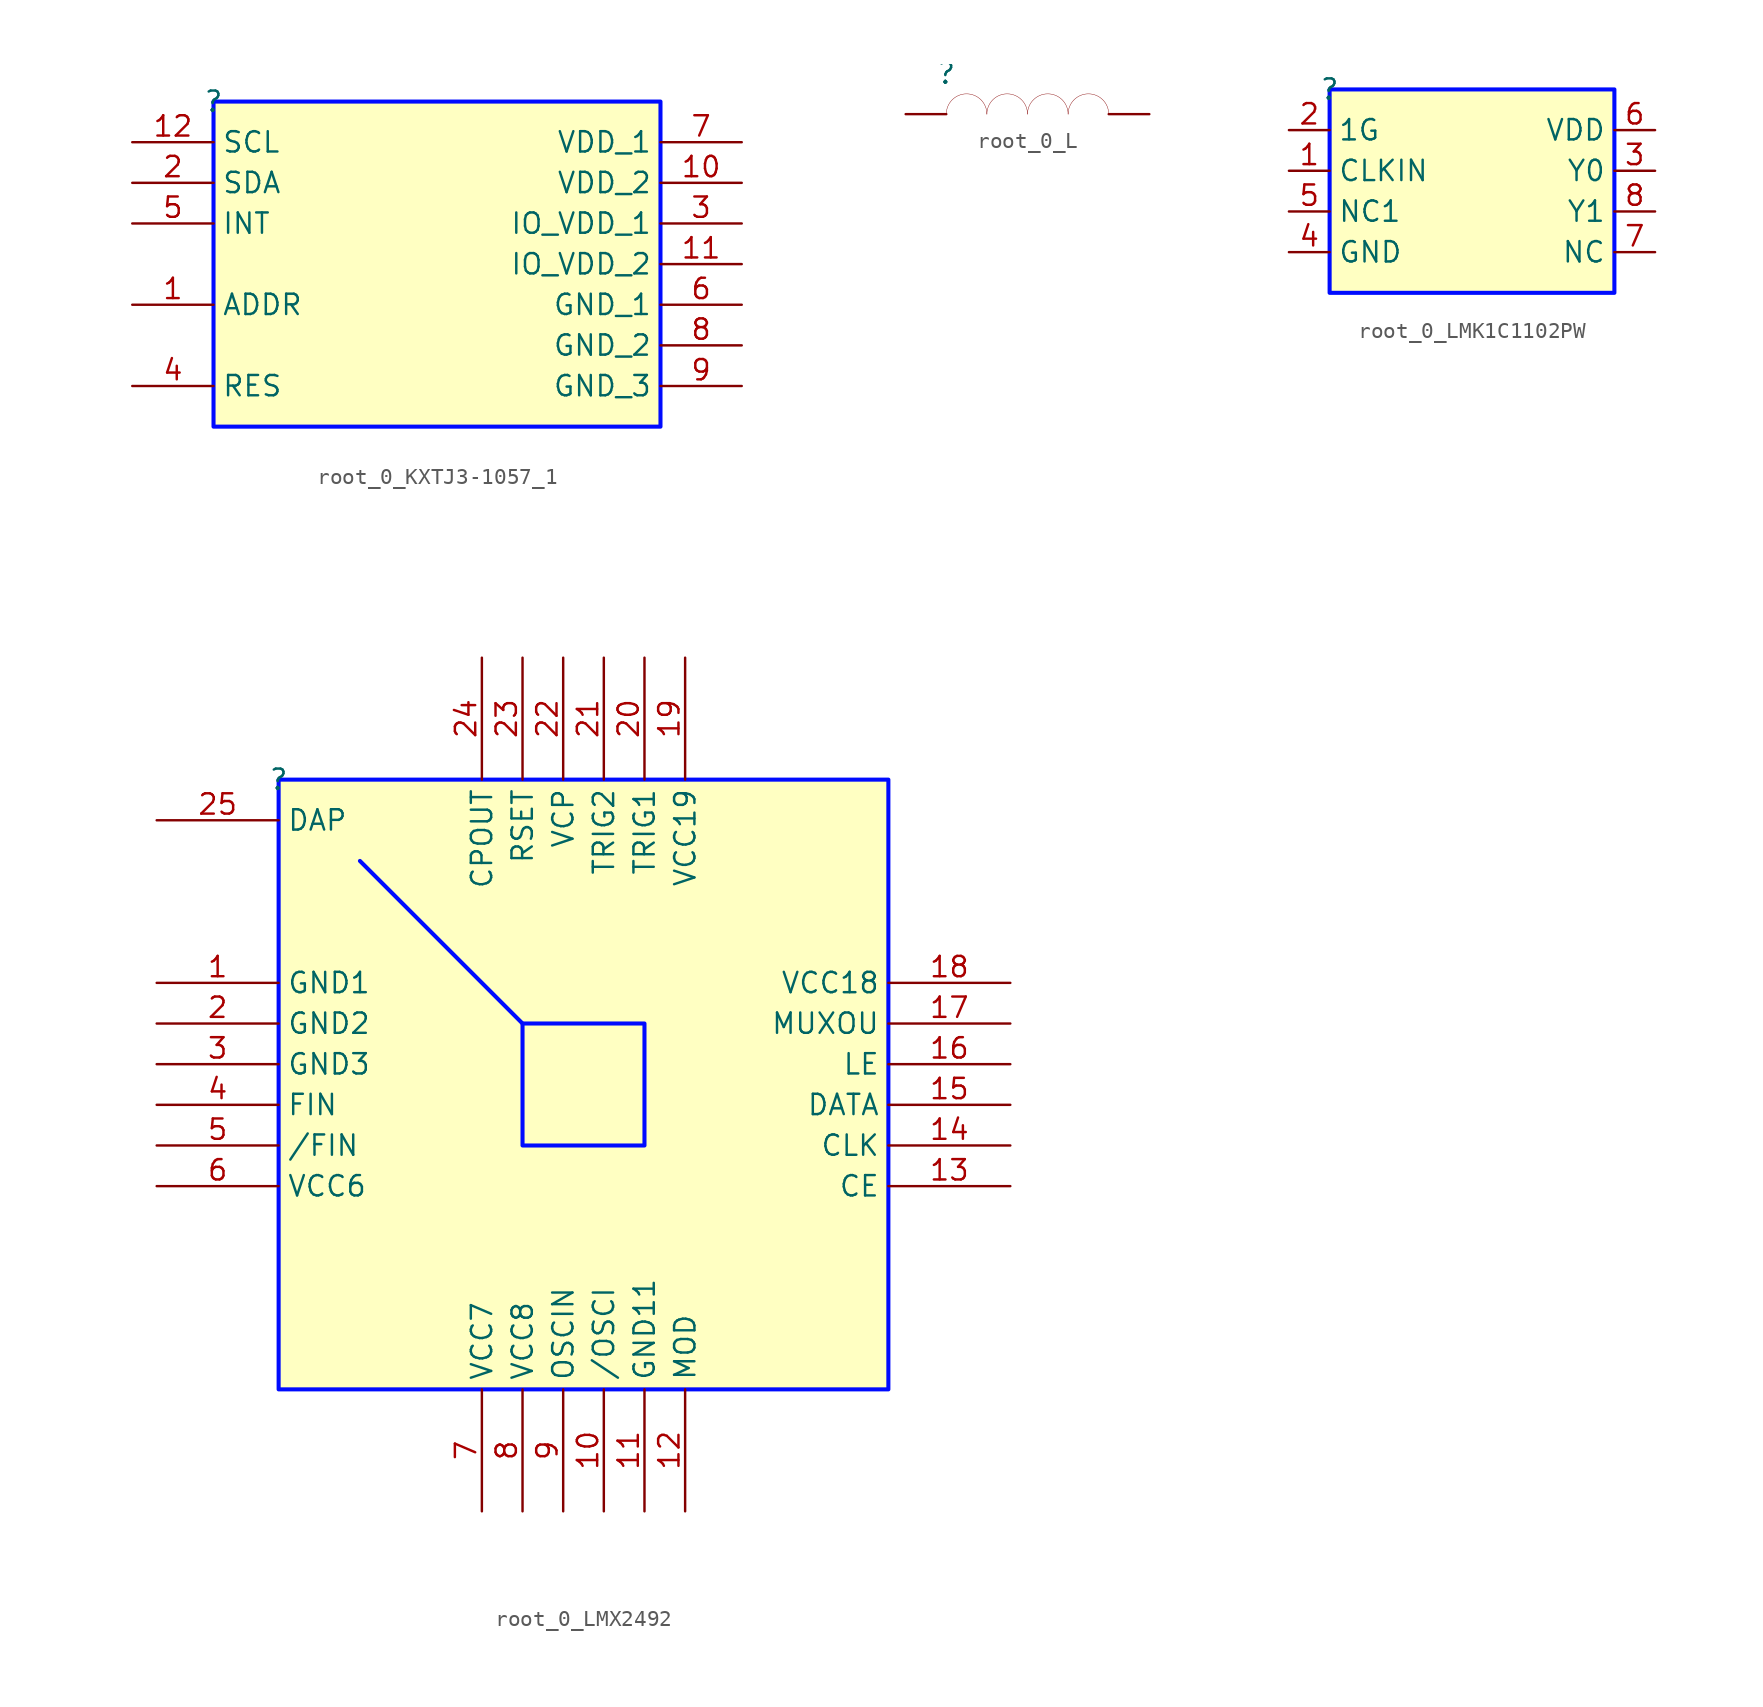
<source format=kicad_sym>
(kicad_symbol_lib
  (version 20231120)
  (generator "kicad_symbol_editor")
  (generator_version "8.0")
  (symbol "root_0_KXTJ3-1057_1"
    (property "Reference" ""
      (at 0 0 0)
      (effects (font (size 1.27 1.27))))
    (property "Value" ""
      (at 0 0 0)
      (effects (font (size 1.27 1.27))))
    (symbol "root_0_KXTJ3-1057_1_1_0"
      (rectangle (start 27.94 0) (end 0 -20.32) (stroke (width 0.254) (type solid) (color 0 11 255 1)) (fill (type background)))
      (pin passive line (at -5.08 -12.7 0) (length 5.08) (name "ADDR" (effects (font (size 1.27 1.27)))) (number "1" (effects (font (size 1.27 1.27)))))
      (pin passive line (at 33.02 -5.08 180) (length 5.08) (name "VDD_2" (effects (font (size 1.27 1.27)))) (number "10" (effects (font (size 1.27 1.27)))))
      (pin passive line (at 33.02 -10.16 180) (length 5.08) (name "IO_VDD_2" (effects (font (size 1.27 1.27)))) (number "11" (effects (font (size 1.27 1.27)))))
      (pin passive line (at -5.08 -2.54 0) (length 5.08) (name "SCL" (effects (font (size 1.27 1.27)))) (number "12" (effects (font (size 1.27 1.27)))))
      (pin passive line (at -5.08 -5.08 0) (length 5.08) (name "SDA" (effects (font (size 1.27 1.27)))) (number "2" (effects (font (size 1.27 1.27)))))
      (pin passive line (at 33.02 -7.62 180) (length 5.08) (name "IO_VDD_1" (effects (font (size 1.27 1.27)))) (number "3" (effects (font (size 1.27 1.27)))))
      (pin passive line (at -5.08 -17.78 0) (length 5.08) (name "RES" (effects (font (size 1.27 1.27)))) (number "4" (effects (font (size 1.27 1.27)))))
      (pin passive line (at -5.08 -7.62 0) (length 5.08) (name "INT" (effects (font (size 1.27 1.27)))) (number "5" (effects (font (size 1.27 1.27)))))
      (pin passive line (at 33.02 -12.7 180) (length 5.08) (name "GND_1" (effects (font (size 1.27 1.27)))) (number "6" (effects (font (size 1.27 1.27)))))
      (pin passive line (at 33.02 -2.54 180) (length 5.08) (name "VDD_1" (effects (font (size 1.27 1.27)))) (number "7" (effects (font (size 1.27 1.27)))))
      (pin passive line (at 33.02 -15.24 180) (length 5.08) (name "GND_2" (effects (font (size 1.27 1.27)))) (number "8" (effects (font (size 1.27 1.27)))))
      (pin passive line (at 33.02 -17.78 180) (length 5.08) (name "GND_3" (effects (font (size 1.27 1.27)))) (number "9" (effects (font (size 1.27 1.27)))))))
  (symbol "root_0_L"
    (property "Reference" ""
      (at 0 0 0)
      (effects (font (size 1.27 1.27))))
    (property "Value" ""
      (at 0 0 0)
      (effects (font (size 1.27 1.27))))
    (symbol "root_0_L_1_0"
      (arc (start 2.54 -2.54) (mid 1.27 -1.27) (end 0 -2.54) (stroke (width 0.0254) (type solid)) (fill (type none)))
      (arc (start 5.08 -2.54) (mid 3.81 -1.27) (end 2.54 -2.54) (stroke (width 0.0254) (type solid)) (fill (type none)))
      (arc (start 7.62 -2.54) (mid 6.35 -1.27) (end 5.08 -2.54) (stroke (width 0.0254) (type solid)) (fill (type none)))
      (arc (start 10.16 -2.54) (mid 8.89 -1.27) (end 7.62 -2.54) (stroke (width 0.0254) (type solid)) (fill (type none)))
      (pin passive line (at -2.54 -2.54 0) (length 2.54) (name "1" (effects (font (size 0 0)))) (number "1" (effects (font (size 0 0)))))
      (pin passive line (at 12.7 -2.54 180) (length 2.54) (name "2" (effects (font (size 0 0)))) (number "2" (effects (font (size 0 0)))))))
  (symbol "root_0_LMK1C1102PW"
    (property "Reference" ""
      (at 0 0 0)
      (effects (font (size 1.27 1.27))))
    (property "Value" ""
      (at 0 0 0)
      (effects (font (size 1.27 1.27))))
    (symbol "root_0_LMK1C1102PW_1_0"
      (rectangle (start 17.78 0) (end 0 -12.7) (stroke (width 0.254) (type solid) (color 0 11 255 1)) (fill (type background)))
      (pin input line (at -2.54 -5.08 0) (length 2.54) (name "CLKIN" (effects (font (size 1.27 1.27)))) (number "1" (effects (font (size 1.27 1.27)))))
      (pin input line (at -2.54 -2.54 0) (length 2.54) (name "1G" (effects (font (size 1.27 1.27)))) (number "2" (effects (font (size 1.27 1.27)))))
      (pin output line (at 20.32 -5.08 180) (length 2.54) (name "Y0" (effects (font (size 1.27 1.27)))) (number "3" (effects (font (size 1.27 1.27)))))
      (pin power_in line (at -2.54 -10.16 0) (length 2.54) (name "GND" (effects (font (size 1.27 1.27)))) (number "4" (effects (font (size 1.27 1.27)))))
      (pin passive line (at -2.54 -7.62 0) (length 2.54) (name "NC1" (effects (font (size 1.27 1.27)))) (number "5" (effects (font (size 1.27 1.27)))))
      (pin power_in line (at 20.32 -2.54 180) (length 2.54) (name "VDD" (effects (font (size 1.27 1.27)))) (number "6" (effects (font (size 1.27 1.27)))))
      (pin passive line (at 20.32 -10.16 180) (length 2.54) (name "NC" (effects (font (size 1.27 1.27)))) (number "7" (effects (font (size 1.27 1.27)))))
      (pin output line (at 20.32 -7.62 180) (length 2.54) (name "Y1" (effects (font (size 1.27 1.27)))) (number "8" (effects (font (size 1.27 1.27)))))))
  (symbol "root_0_LMX2492"
    (property "Reference" ""
      (at 0 0 0)
      (effects (font (size 1.27 1.27))))
    (property "Value" ""
      (at 0 0 0)
      (effects (font (size 1.27 1.27))))
    (symbol "root_0_LMX2492_1_0"
      (polyline (pts (xy 15.24 -15.24) (xy 5.08 -5.08)) (stroke (width 0.254) (type solid) (color 0 11 255 1)) (fill (type none)))
      (rectangle (start 22.86 -15.24) (end 15.24 -22.86) (stroke (width 0.254) (type solid) (color 0 11 255 1)) (fill (type background)))
      (rectangle (start 38.1 0) (end 0 -38.1) (stroke (width 0.254) (type solid) (color 0 11 255 1)) (fill (type background)))
      (pin passive line (at -7.62 -12.7 0) (length 7.62) (name "GND1" (effects (font (size 1.27 1.27)))) (number "1" (effects (font (size 1.27 1.27)))))
      (pin input line (at 20.32 -45.72 90) (length 7.62) (name "/OSCI" (effects (font (size 1.27 1.27)))) (number "10" (effects (font (size 1.27 1.27)))))
      (pin passive line (at 22.86 -45.72 90) (length 7.62) (name "GND11" (effects (font (size 1.27 1.27)))) (number "11" (effects (font (size 1.27 1.27)))))
      (pin bidirectional line (at 25.4 -45.72 90) (length 7.62) (name "MOD" (effects (font (size 1.27 1.27)))) (number "12" (effects (font (size 1.27 1.27)))))
      (pin input line (at 45.72 -25.4 180) (length 7.62) (name "CE" (effects (font (size 1.27 1.27)))) (number "13" (effects (font (size 1.27 1.27)))))
      (pin input line (at 45.72 -22.86 180) (length 7.62) (name "CLK" (effects (font (size 1.27 1.27)))) (number "14" (effects (font (size 1.27 1.27)))))
      (pin input line (at 45.72 -20.32 180) (length 7.62) (name "DATA" (effects (font (size 1.27 1.27)))) (number "15" (effects (font (size 1.27 1.27)))))
      (pin input line (at 45.72 -17.78 180) (length 7.62) (name "LE" (effects (font (size 1.27 1.27)))) (number "16" (effects (font (size 1.27 1.27)))))
      (pin bidirectional line (at 45.72 -15.24 180) (length 7.62) (name "MUXOU" (effects (font (size 1.27 1.27)))) (number "17" (effects (font (size 1.27 1.27)))))
      (pin passive line (at 45.72 -12.7 180) (length 7.62) (name "VCC18" (effects (font (size 1.27 1.27)))) (number "18" (effects (font (size 1.27 1.27)))))
      (pin passive line (at 25.4 7.62 270) (length 7.62) (name "VCC19" (effects (font (size 1.27 1.27)))) (number "19" (effects (font (size 1.27 1.27)))))
      (pin passive line (at -7.62 -15.24 0) (length 7.62) (name "GND2" (effects (font (size 1.27 1.27)))) (number "2" (effects (font (size 1.27 1.27)))))
      (pin bidirectional line (at 22.86 7.62 270) (length 7.62) (name "TRIG1" (effects (font (size 1.27 1.27)))) (number "20" (effects (font (size 1.27 1.27)))))
      (pin bidirectional line (at 20.32 7.62 270) (length 7.62) (name "TRIG2" (effects (font (size 1.27 1.27)))) (number "21" (effects (font (size 1.27 1.27)))))
      (pin passive line (at 17.78 7.62 270) (length 7.62) (name "VCP" (effects (font (size 1.27 1.27)))) (number "22" (effects (font (size 1.27 1.27)))))
      (pin passive line (at 15.24 7.62 270) (length 7.62) (name "RSET" (effects (font (size 1.27 1.27)))) (number "23" (effects (font (size 1.27 1.27)))))
      (pin output line (at 12.7 7.62 270) (length 7.62) (name "CPOUT" (effects (font (size 1.27 1.27)))) (number "24" (effects (font (size 1.27 1.27)))))
      (pin passive line (at -7.62 -2.54 0) (length 7.62) (name "DAP" (effects (font (size 1.27 1.27)))) (number "25" (effects (font (size 1.27 1.27)))))
      (pin passive line (at -7.62 -17.78 0) (length 7.62) (name "GND3" (effects (font (size 1.27 1.27)))) (number "3" (effects (font (size 1.27 1.27)))))
      (pin input line (at -7.62 -20.32 0) (length 7.62) (name "FIN" (effects (font (size 1.27 1.27)))) (number "4" (effects (font (size 1.27 1.27)))))
      (pin input line (at -7.62 -22.86 0) (length 7.62) (name "/FIN" (effects (font (size 1.27 1.27)))) (number "5" (effects (font (size 1.27 1.27)))))
      (pin passive line (at -7.62 -25.4 0) (length 7.62) (name "VCC6" (effects (font (size 1.27 1.27)))) (number "6" (effects (font (size 1.27 1.27)))))
      (pin passive line (at 12.7 -45.72 90) (length 7.62) (name "VCC7" (effects (font (size 1.27 1.27)))) (number "7" (effects (font (size 1.27 1.27)))))
      (pin passive line (at 15.24 -45.72 90) (length 7.62) (name "VCC8" (effects (font (size 1.27 1.27)))) (number "8" (effects (font (size 1.27 1.27)))))
      (pin input line (at 17.78 -45.72 90) (length 7.62) (name "OSCIN" (effects (font (size 1.27 1.27)))) (number "9" (effects (font (size 1.27 1.27))))))))
</source>
